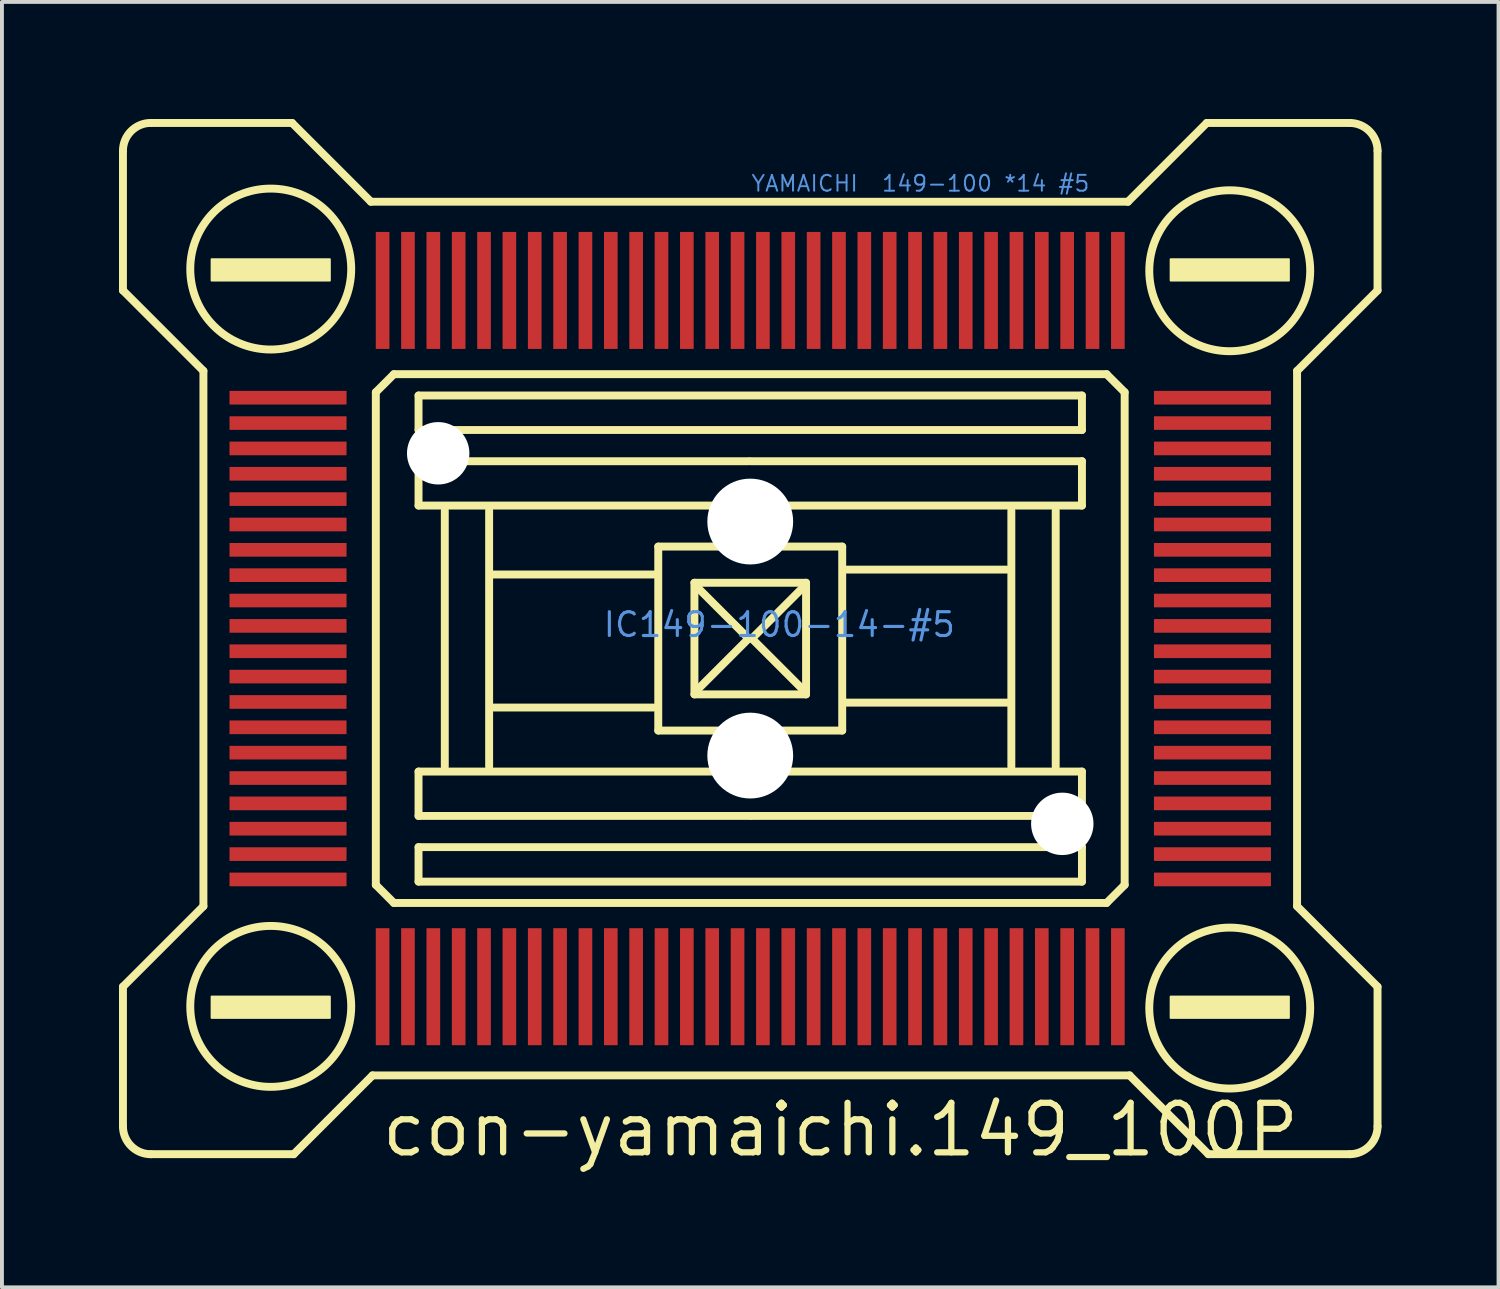
<source format=kicad_pcb>
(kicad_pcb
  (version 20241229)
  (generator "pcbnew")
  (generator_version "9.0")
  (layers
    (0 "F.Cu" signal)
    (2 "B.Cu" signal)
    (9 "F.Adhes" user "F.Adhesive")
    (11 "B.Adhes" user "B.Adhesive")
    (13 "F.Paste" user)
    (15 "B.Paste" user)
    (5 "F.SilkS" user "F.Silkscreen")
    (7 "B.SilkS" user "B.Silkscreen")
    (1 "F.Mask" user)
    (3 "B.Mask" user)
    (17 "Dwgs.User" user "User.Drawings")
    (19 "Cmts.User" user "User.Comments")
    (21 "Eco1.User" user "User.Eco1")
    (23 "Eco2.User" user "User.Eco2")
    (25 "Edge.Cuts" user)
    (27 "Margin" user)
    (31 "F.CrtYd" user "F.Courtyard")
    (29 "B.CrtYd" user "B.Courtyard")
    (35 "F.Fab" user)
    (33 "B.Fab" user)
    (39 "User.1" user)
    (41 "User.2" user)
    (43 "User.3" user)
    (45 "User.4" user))
  (footprint "con-yamaichi.149_100P"
    (layer "F.Cu")
    (at 16.184 13.321)
    (property "Reference" "con-yamaichi.149_100P" (at -9.525 13.335 0) (layer "F.SilkS") (effects (font (size 1.27 1.27) (thickness 0.16)) (justify left bottom)))
    (attr smd)
    (fp_line (start -16.082 -8.925) (end -16.082 -12.504) (stroke (width 0.203) (type default)) (layer "F.SilkS"))
    (fp_line (start -16.082 8.925) (end -14.019 6.862) (stroke (width 0.203) (type default)) (layer "F.SilkS"))
    (fp_line (start -16.082 12.504) (end -16.082 8.925) (stroke (width 0.203) (type default)) (layer "F.SilkS"))
    (fp_line (start -15.367 -13.219) (end -11.746 -13.219) (stroke (width 0.203) (type default)) (layer "F.SilkS"))
    (fp_line (start -14.019 -6.862) (end -16.082 -8.925) (stroke (width 0.203) (type default)) (layer "F.SilkS"))
    (fp_line (start -14.019 6.862) (end -14.019 -6.862) (stroke (width 0.203) (type default)) (layer "F.SilkS"))
    (fp_line (start -11.746 -13.219) (end -9.725 -11.199) (stroke (width 0.203) (type default)) (layer "F.SilkS"))
    (fp_line (start -11.704 13.219) (end -15.367 13.219) (stroke (width 0.203) (type default)) (layer "F.SilkS"))
    (fp_line (start -9.725 -11.199) (end 9.683 -11.199) (stroke (width 0.203) (type default)) (layer "F.SilkS"))
    (fp_line (start -9.683 11.199) (end -11.704 13.219) (stroke (width 0.203) (type default)) (layer "F.SilkS"))
    (fp_line (start -9.599 -6.315) (end -9.599 6.315) (stroke (width 0.203) (type default)) (layer "F.SilkS"))
    (fp_line (start -9.599 6.315) (end -9.136 6.778) (stroke (width 0.203) (type default)) (layer "F.SilkS"))
    (fp_line (start -9.136 -6.778) (end -9.599 -6.315) (stroke (width 0.203) (type default)) (layer "F.SilkS"))
    (fp_line (start -9.136 6.778) (end 9.136 6.778) (stroke (width 0.203) (type default)) (layer "F.SilkS"))
    (fp_line (start -8.504 -6.231) (end 8.504 -6.231) (stroke (width 0.203) (type default)) (layer "F.SilkS"))
    (fp_line (start -8.504 -5.347) (end -8.504 -6.231) (stroke (width 0.203) (type default)) (layer "F.SilkS"))
    (fp_line (start -8.504 -4.547) (end -0.042 -4.547) (stroke (width 0.203) (type default)) (layer "F.SilkS"))
    (fp_line (start -8.504 -3.41) (end -8.504 -4.547) (stroke (width 0.203) (type default)) (layer "F.SilkS"))
    (fp_line (start -8.504 3.41) (end 8.504 3.41) (stroke (width 0.203) (type default)) (layer "F.SilkS"))
    (fp_line (start -8.504 4.547) (end -8.504 3.41) (stroke (width 0.203) (type default)) (layer "F.SilkS"))
    (fp_line (start -8.504 5.347) (end 8.504 5.347) (stroke (width 0.203) (type default)) (layer "F.SilkS"))
    (fp_line (start -8.504 6.231) (end -8.504 5.347) (stroke (width 0.203) (type default)) (layer "F.SilkS"))
    (fp_line (start -7.831 -3.284) (end -7.831 3.284) (stroke (width 0.203) (type default)) (layer "F.SilkS"))
    (fp_line (start -6.694 3.284) (end -6.694 -3.284) (stroke (width 0.203) (type default)) (layer "F.SilkS"))
    (fp_line (start -6.61 -1.642) (end -2.442 -1.642) (stroke (width 0.203) (type default)) (layer "F.SilkS"))
    (fp_line (start -6.568 1.768) (end -2.484 1.768) (stroke (width 0.203) (type default)) (layer "F.SilkS"))
    (fp_line (start -2.358 2.358) (end -2.358 -2.358) (stroke (width 0.203) (type default)) (layer "F.SilkS"))
    (fp_line (start -2.358 -2.358) (end 2.358 -2.358) (stroke (width 0.203) (type default)) (layer "F.SilkS"))
    (fp_line (start -1.431 -1.431) (end 1.431 -1.431) (stroke (width 0.203) (type default)) (layer "F.SilkS"))
    (fp_line (start -1.431 1.431) (end -1.431 -1.431) (stroke (width 0.203) (type default)) (layer "F.SilkS"))
    (fp_line (start -0.042 0) (end -1.347 -1.305) (stroke (width 0.203) (type default)) (layer "F.SilkS"))
    (fp_line (start -0.042 0) (end -1.347 1.305) (stroke (width 0.203) (type default)) (layer "F.SilkS"))
    (fp_line (start 0 -4.547) (end 8.504 -4.547) (stroke (width 0.203) (type default)) (layer "F.SilkS"))
    (fp_line (start 0 4.547) (end -8.504 4.547) (stroke (width 0.203) (type default)) (layer "F.SilkS"))
    (fp_line (start 0.042 0) (end 1.347 -1.305) (stroke (width 0.203) (type default)) (layer "F.SilkS"))
    (fp_line (start 0.042 0) (end 1.347 1.305) (stroke (width 0.203) (type default)) (layer "F.SilkS"))
    (fp_line (start 1.431 -1.431) (end 1.431 1.431) (stroke (width 0.203) (type default)) (layer "F.SilkS"))
    (fp_line (start 1.431 1.431) (end -1.431 1.431) (stroke (width 0.203) (type default)) (layer "F.SilkS"))
    (fp_line (start 2.358 2.358) (end -2.358 2.358) (stroke (width 0.203) (type default)) (layer "F.SilkS"))
    (fp_line (start 2.358 -2.358) (end 2.358 2.358) (stroke (width 0.203) (type default)) (layer "F.SilkS"))
    (fp_line (start 6.568 -1.768) (end 2.484 -1.768) (stroke (width 0.203) (type default)) (layer "F.SilkS"))
    (fp_line (start 6.61 1.642) (end 2.442 1.642) (stroke (width 0.203) (type default)) (layer "F.SilkS"))
    (fp_line (start 6.694 -3.284) (end 6.694 3.284) (stroke (width 0.203) (type default)) (layer "F.SilkS"))
    (fp_line (start 7.831 3.284) (end 7.831 -3.284) (stroke (width 0.203) (type default)) (layer "F.SilkS"))
    (fp_line (start 8.504 -6.231) (end 8.504 -5.347) (stroke (width 0.203) (type default)) (layer "F.SilkS"))
    (fp_line (start 8.504 -5.347) (end -8.504 -5.347) (stroke (width 0.203) (type default)) (layer "F.SilkS"))
    (fp_line (start 8.504 -4.547) (end 8.504 -3.41) (stroke (width 0.203) (type default)) (layer "F.SilkS"))
    (fp_line (start 8.504 -3.41) (end -8.504 -3.41) (stroke (width 0.203) (type default)) (layer "F.SilkS"))
    (fp_line (start 8.504 3.41) (end 8.504 4.547) (stroke (width 0.203) (type default)) (layer "F.SilkS"))
    (fp_line (start 8.504 4.547) (end 0.042 4.547) (stroke (width 0.203) (type default)) (layer "F.SilkS"))
    (fp_line (start 8.504 5.347) (end 8.504 6.231) (stroke (width 0.203) (type default)) (layer "F.SilkS"))
    (fp_line (start 8.504 6.231) (end -8.504 6.231) (stroke (width 0.203) (type default)) (layer "F.SilkS"))
    (fp_line (start 9.136 -6.778) (end -9.136 -6.778) (stroke (width 0.203) (type default)) (layer "F.SilkS"))
    (fp_line (start 9.136 6.778) (end 9.599 6.315) (stroke (width 0.203) (type default)) (layer "F.SilkS"))
    (fp_line (start 9.599 -6.315) (end 9.136 -6.778) (stroke (width 0.203) (type default)) (layer "F.SilkS"))
    (fp_line (start 9.599 6.315) (end 9.599 -6.315) (stroke (width 0.203) (type default)) (layer "F.SilkS"))
    (fp_line (start 9.683 -11.199) (end 11.704 -13.219) (stroke (width 0.203) (type default)) (layer "F.SilkS"))
    (fp_line (start 9.725 11.199) (end -9.683 11.199) (stroke (width 0.203) (type default)) (layer "F.SilkS"))
    (fp_line (start 11.704 -13.219) (end 15.367 -13.219) (stroke (width 0.203) (type default)) (layer "F.SilkS"))
    (fp_line (start 11.746 13.219) (end 9.725 11.199) (stroke (width 0.203) (type default)) (layer "F.SilkS"))
    (fp_line (start 14.019 -6.862) (end 14.019 6.862) (stroke (width 0.203) (type default)) (layer "F.SilkS"))
    (fp_line (start 14.019 6.862) (end 16.082 8.925) (stroke (width 0.203) (type default)) (layer "F.SilkS"))
    (fp_line (start 15.367 13.219) (end 11.746 13.219) (stroke (width 0.203) (type default)) (layer "F.SilkS"))
    (fp_line (start 16.082 -12.504) (end 16.082 -8.925) (stroke (width 0.203) (type default)) (layer "F.SilkS"))
    (fp_line (start 16.082 -8.925) (end 14.019 -6.862) (stroke (width 0.203) (type default)) (layer "F.SilkS"))
    (fp_line (start 16.082 8.925) (end 16.082 12.504) (stroke (width 0.203) (type default)) (layer "F.SilkS"))
    (fp_rect (start -13.809 -9.178) (end -10.778 -9.725) (stroke (width 0.05) (type default)) (fill yes) (layer "F.SilkS"))
    (fp_rect (start -13.809 9.725) (end -10.778 9.178) (stroke (width 0.05) (type default)) (fill yes) (layer "F.SilkS"))
    (fp_rect (start 10.778 -9.178) (end 13.809 -9.725) (stroke (width 0.05) (type default)) (fill yes) (layer "F.SilkS"))
    (fp_rect (start 10.778 9.725) (end 13.809 9.178) (stroke (width 0.05) (type default)) (fill yes) (layer "F.SilkS"))
    (fp_arc (start -16.082 -12.504) (mid -15.872376 -13.010076) (end -15.3663 -13.2197) (stroke (width 0.2032) (type default)) (layer "F.SilkS"))
    (fp_arc (start -15.3663 13.2197) (mid -15.872347 13.010047) (end -16.082 12.504) (stroke (width 0.2032) (type default)) (layer "F.SilkS"))
    (fp_arc (start 15.367 -13.219) (mid 15.873047 -13.009347) (end 16.0827 -12.5033) (stroke (width 0.2032) (type default)) (layer "F.SilkS"))
    (fp_arc (start 16.0827 12.5033) (mid 15.873076 13.009376) (end 15.367 13.219) (stroke (width 0.2032) (type default)) (layer "F.SilkS"))
    (fp_circle (center -12.293 -9.473) (end -10.23 -9.473) (stroke (width 0.203) (type default)) (fill no) (layer "F.SilkS"))
    (fp_circle (center -12.293 9.43) (end -10.23 9.43) (stroke (width 0.203) (type default)) (fill no) (layer "F.SilkS"))
    (fp_circle (center 12.293 -9.43) (end 14.356 -9.43) (stroke (width 0.203) (type default)) (fill no) (layer "F.SilkS"))
    (fp_circle (center 12.293 9.473) (end 14.356 9.473) (stroke (width 0.203) (type default)) (fill no) (layer "F.SilkS"))
    (fp_text user "YAMAICHI  149-100 *14 #5" (at 0 -11.43 0) (layer "Cmts.User") (effects (font (size 0.406 0.406) (thickness 0.05)) (justify left bottom)))
    (fp_text user "IC149-100-14-#5" (at -3.81 0 0) (layer "Cmts.User") (effects (font (size 0.61 0.61) (thickness 0.08)) (justify left bottom)))
    (pad "" np_thru_hole circle (at -8 -4.75) (size 1.6 1.6) (drill 1.6) (layers "*.Cu" "*.Mask"))
    (pad "" np_thru_hole circle (at 0 -3) (size 2.2 2.2) (drill 2.2) (layers "*.Cu" "*.Mask"))
    (pad "" np_thru_hole circle (at 0 3) (size 2.2 2.2) (drill 2.2) (layers "*.Cu" "*.Mask"))
    (pad "" np_thru_hole circle (at 8 4.75) (size 1.6 1.6) (drill 1.6) (layers "*.Cu" "*.Mask"))
    (pad "1" smd roundrect (at -9.425 8.925) (size 0.35 3) (layers "F.Cu" "F.Mask" "F.Paste") (roundrect_rratio 0.01))
    (pad "2" smd roundrect (at -8.775 8.925) (size 0.35 3) (layers "F.Cu" "F.Mask" "F.Paste") (roundrect_rratio 0.01))
    (pad "3" smd roundrect (at -8.125 8.925) (size 0.35 3) (layers "F.Cu" "F.Mask" "F.Paste") (roundrect_rratio 0.01))
    (pad "4" smd roundrect (at -7.475 8.925) (size 0.35 3) (layers "F.Cu" "F.Mask" "F.Paste") (roundrect_rratio 0.01))
    (pad "5" smd roundrect (at -6.825 8.925) (size 0.35 3) (layers "F.Cu" "F.Mask" "F.Paste") (roundrect_rratio 0.01))
    (pad "6" smd roundrect (at -6.175 8.925) (size 0.35 3) (layers "F.Cu" "F.Mask" "F.Paste") (roundrect_rratio 0.01))
    (pad "7" smd roundrect (at -5.525 8.925) (size 0.35 3) (layers "F.Cu" "F.Mask" "F.Paste") (roundrect_rratio 0.01))
    (pad "8" smd roundrect (at -4.875 8.925) (size 0.35 3) (layers "F.Cu" "F.Mask" "F.Paste") (roundrect_rratio 0.01))
    (pad "9" smd roundrect (at -4.225 8.925) (size 0.35 3) (layers "F.Cu" "F.Mask" "F.Paste") (roundrect_rratio 0.01))
    (pad "10" smd roundrect (at -3.575 8.925) (size 0.35 3) (layers "F.Cu" "F.Mask" "F.Paste") (roundrect_rratio 0.01))
    (pad "11" smd roundrect (at -2.925 8.925) (size 0.35 3) (layers "F.Cu" "F.Mask" "F.Paste") (roundrect_rratio 0.01))
    (pad "12" smd roundrect (at -2.275 8.925) (size 0.35 3) (layers "F.Cu" "F.Mask" "F.Paste") (roundrect_rratio 0.01))
    (pad "13" smd roundrect (at -1.625 8.925) (size 0.35 3) (layers "F.Cu" "F.Mask" "F.Paste") (roundrect_rratio 0.01))
    (pad "14" smd roundrect (at -0.975 8.925) (size 0.35 3) (layers "F.Cu" "F.Mask" "F.Paste") (roundrect_rratio 0.01))
    (pad "15" smd roundrect (at -0.325 8.925) (size 0.35 3) (layers "F.Cu" "F.Mask" "F.Paste") (roundrect_rratio 0.01))
    (pad "16" smd roundrect (at 0.325 8.925) (size 0.35 3) (layers "F.Cu" "F.Mask" "F.Paste") (roundrect_rratio 0.01))
    (pad "17" smd roundrect (at 0.975 8.925) (size 0.35 3) (layers "F.Cu" "F.Mask" "F.Paste") (roundrect_rratio 0.01))
    (pad "18" smd roundrect (at 1.625 8.925) (size 0.35 3) (layers "F.Cu" "F.Mask" "F.Paste") (roundrect_rratio 0.01))
    (pad "19" smd roundrect (at 2.275 8.925) (size 0.35 3) (layers "F.Cu" "F.Mask" "F.Paste") (roundrect_rratio 0.01))
    (pad "20" smd roundrect (at 2.925 8.925) (size 0.35 3) (layers "F.Cu" "F.Mask" "F.Paste") (roundrect_rratio 0.01))
    (pad "21" smd roundrect (at 3.575 8.925) (size 0.35 3) (layers "F.Cu" "F.Mask" "F.Paste") (roundrect_rratio 0.01))
    (pad "22" smd roundrect (at 4.225 8.925) (size 0.35 3) (layers "F.Cu" "F.Mask" "F.Paste") (roundrect_rratio 0.01))
    (pad "23" smd roundrect (at 4.875 8.925) (size 0.35 3) (layers "F.Cu" "F.Mask" "F.Paste") (roundrect_rratio 0.01))
    (pad "24" smd roundrect (at 5.525 8.925) (size 0.35 3) (layers "F.Cu" "F.Mask" "F.Paste") (roundrect_rratio 0.01))
    (pad "25" smd roundrect (at 6.175 8.925) (size 0.35 3) (layers "F.Cu" "F.Mask" "F.Paste") (roundrect_rratio 0.01))
    (pad "26" smd roundrect (at 6.825 8.925) (size 0.35 3) (layers "F.Cu" "F.Mask" "F.Paste") (roundrect_rratio 0.01))
    (pad "27" smd roundrect (at 7.475 8.925) (size 0.35 3) (layers "F.Cu" "F.Mask" "F.Paste") (roundrect_rratio 0.01))
    (pad "28" smd roundrect (at 8.125 8.925) (size 0.35 3) (layers "F.Cu" "F.Mask" "F.Paste") (roundrect_rratio 0.01))
    (pad "29" smd roundrect (at 8.775 8.925) (size 0.35 3) (layers "F.Cu" "F.Mask" "F.Paste") (roundrect_rratio 0.01))
    (pad "30" smd roundrect (at 9.425 8.925) (size 0.35 3) (layers "F.Cu" "F.Mask" "F.Paste") (roundrect_rratio 0.01))
    (pad "31" smd roundrect (at 11.85 6.175) (size 3 0.35) (layers "F.Cu" "F.Mask" "F.Paste") (roundrect_rratio 0.01))
    (pad "32" smd roundrect (at 11.85 5.525) (size 3 0.35) (layers "F.Cu" "F.Mask" "F.Paste") (roundrect_rratio 0.01))
    (pad "33" smd roundrect (at 11.85 4.875) (size 3 0.35) (layers "F.Cu" "F.Mask" "F.Paste") (roundrect_rratio 0.01))
    (pad "34" smd roundrect (at 11.85 4.225) (size 3 0.35) (layers "F.Cu" "F.Mask" "F.Paste") (roundrect_rratio 0.01))
    (pad "35" smd roundrect (at 11.85 3.575) (size 3 0.35) (layers "F.Cu" "F.Mask" "F.Paste") (roundrect_rratio 0.01))
    (pad "36" smd roundrect (at 11.85 2.925) (size 3 0.35) (layers "F.Cu" "F.Mask" "F.Paste") (roundrect_rratio 0.01))
    (pad "37" smd roundrect (at 11.85 2.275) (size 3 0.35) (layers "F.Cu" "F.Mask" "F.Paste") (roundrect_rratio 0.01))
    (pad "38" smd roundrect (at 11.85 1.625) (size 3 0.35) (layers "F.Cu" "F.Mask" "F.Paste") (roundrect_rratio 0.01))
    (pad "39" smd roundrect (at 11.85 0.975) (size 3 0.35) (layers "F.Cu" "F.Mask" "F.Paste") (roundrect_rratio 0.01))
    (pad "40" smd roundrect (at 11.85 0.325) (size 3 0.35) (layers "F.Cu" "F.Mask" "F.Paste") (roundrect_rratio 0.01))
    (pad "41" smd roundrect (at 11.85 -0.325) (size 3 0.35) (layers "F.Cu" "F.Mask" "F.Paste") (roundrect_rratio 0.01))
    (pad "42" smd roundrect (at 11.85 -0.975) (size 3 0.35) (layers "F.Cu" "F.Mask" "F.Paste") (roundrect_rratio 0.01))
    (pad "43" smd roundrect (at 11.85 -1.625) (size 3 0.35) (layers "F.Cu" "F.Mask" "F.Paste") (roundrect_rratio 0.01))
    (pad "44" smd roundrect (at 11.85 -2.275) (size 3 0.35) (layers "F.Cu" "F.Mask" "F.Paste") (roundrect_rratio 0.01))
    (pad "45" smd roundrect (at 11.85 -2.925) (size 3 0.35) (layers "F.Cu" "F.Mask" "F.Paste") (roundrect_rratio 0.01))
    (pad "46" smd roundrect (at 11.85 -3.575) (size 3 0.35) (layers "F.Cu" "F.Mask" "F.Paste") (roundrect_rratio 0.01))
    (pad "47" smd roundrect (at 11.85 -4.225) (size 3 0.35) (layers "F.Cu" "F.Mask" "F.Paste") (roundrect_rratio 0.01))
    (pad "48" smd roundrect (at 11.85 -4.875) (size 3 0.35) (layers "F.Cu" "F.Mask" "F.Paste") (roundrect_rratio 0.01))
    (pad "49" smd roundrect (at 11.85 -5.525) (size 3 0.35) (layers "F.Cu" "F.Mask" "F.Paste") (roundrect_rratio 0.01))
    (pad "50" smd roundrect (at 11.85 -6.175) (size 3 0.35) (layers "F.Cu" "F.Mask" "F.Paste") (roundrect_rratio 0.01))
    (pad "51" smd roundrect (at 9.425 -8.925) (size 0.35 3) (layers "F.Cu" "F.Mask" "F.Paste") (roundrect_rratio 0.01))
    (pad "52" smd roundrect (at 8.775 -8.925) (size 0.35 3) (layers "F.Cu" "F.Mask" "F.Paste") (roundrect_rratio 0.01))
    (pad "53" smd roundrect (at 8.125 -8.925) (size 0.35 3) (layers "F.Cu" "F.Mask" "F.Paste") (roundrect_rratio 0.01))
    (pad "54" smd roundrect (at 7.475 -8.925) (size 0.35 3) (layers "F.Cu" "F.Mask" "F.Paste") (roundrect_rratio 0.01))
    (pad "55" smd roundrect (at 6.825 -8.925) (size 0.35 3) (layers "F.Cu" "F.Mask" "F.Paste") (roundrect_rratio 0.01))
    (pad "56" smd roundrect (at 6.175 -8.925) (size 0.35 3) (layers "F.Cu" "F.Mask" "F.Paste") (roundrect_rratio 0.01))
    (pad "57" smd roundrect (at 5.525 -8.925) (size 0.35 3) (layers "F.Cu" "F.Mask" "F.Paste") (roundrect_rratio 0.01))
    (pad "58" smd roundrect (at 4.875 -8.925) (size 0.35 3) (layers "F.Cu" "F.Mask" "F.Paste") (roundrect_rratio 0.01))
    (pad "59" smd roundrect (at 4.225 -8.925) (size 0.35 3) (layers "F.Cu" "F.Mask" "F.Paste") (roundrect_rratio 0.01))
    (pad "60" smd roundrect (at 3.575 -8.925) (size 0.35 3) (layers "F.Cu" "F.Mask" "F.Paste") (roundrect_rratio 0.01))
    (pad "61" smd roundrect (at 2.925 -8.925) (size 0.35 3) (layers "F.Cu" "F.Mask" "F.Paste") (roundrect_rratio 0.01))
    (pad "62" smd roundrect (at 2.275 -8.925) (size 0.35 3) (layers "F.Cu" "F.Mask" "F.Paste") (roundrect_rratio 0.01))
    (pad "63" smd roundrect (at 1.625 -8.925) (size 0.35 3) (layers "F.Cu" "F.Mask" "F.Paste") (roundrect_rratio 0.01))
    (pad "64" smd roundrect (at 0.975 -8.925) (size 0.35 3) (layers "F.Cu" "F.Mask" "F.Paste") (roundrect_rratio 0.01))
    (pad "65" smd roundrect (at 0.325 -8.925) (size 0.35 3) (layers "F.Cu" "F.Mask" "F.Paste") (roundrect_rratio 0.01))
    (pad "66" smd roundrect (at -0.325 -8.925) (size 0.35 3) (layers "F.Cu" "F.Mask" "F.Paste") (roundrect_rratio 0.01))
    (pad "67" smd roundrect (at -0.975 -8.925) (size 0.35 3) (layers "F.Cu" "F.Mask" "F.Paste") (roundrect_rratio 0.01))
    (pad "68" smd roundrect (at -1.625 -8.925) (size 0.35 3) (layers "F.Cu" "F.Mask" "F.Paste") (roundrect_rratio 0.01))
    (pad "69" smd roundrect (at -2.275 -8.925) (size 0.35 3) (layers "F.Cu" "F.Mask" "F.Paste") (roundrect_rratio 0.01))
    (pad "70" smd roundrect (at -2.925 -8.925) (size 0.35 3) (layers "F.Cu" "F.Mask" "F.Paste") (roundrect_rratio 0.01))
    (pad "71" smd roundrect (at -3.575 -8.925) (size 0.35 3) (layers "F.Cu" "F.Mask" "F.Paste") (roundrect_rratio 0.01))
    (pad "72" smd roundrect (at -4.225 -8.925) (size 0.35 3) (layers "F.Cu" "F.Mask" "F.Paste") (roundrect_rratio 0.01))
    (pad "73" smd roundrect (at -4.875 -8.925) (size 0.35 3) (layers "F.Cu" "F.Mask" "F.Paste") (roundrect_rratio 0.01))
    (pad "74" smd roundrect (at -5.525 -8.925) (size 0.35 3) (layers "F.Cu" "F.Mask" "F.Paste") (roundrect_rratio 0.01))
    (pad "75" smd roundrect (at -6.175 -8.925) (size 0.35 3) (layers "F.Cu" "F.Mask" "F.Paste") (roundrect_rratio 0.01))
    (pad "76" smd roundrect (at -6.825 -8.925) (size 0.35 3) (layers "F.Cu" "F.Mask" "F.Paste") (roundrect_rratio 0.01))
    (pad "77" smd roundrect (at -7.475 -8.925) (size 0.35 3) (layers "F.Cu" "F.Mask" "F.Paste") (roundrect_rratio 0.01))
    (pad "78" smd roundrect (at -8.125 -8.925) (size 0.35 3) (layers "F.Cu" "F.Mask" "F.Paste") (roundrect_rratio 0.01))
    (pad "79" smd roundrect (at -8.775 -8.925) (size 0.35 3) (layers "F.Cu" "F.Mask" "F.Paste") (roundrect_rratio 0.01))
    (pad "80" smd roundrect (at -9.425 -8.925) (size 0.35 3) (layers "F.Cu" "F.Mask" "F.Paste") (roundrect_rratio 0.01))
    (pad "81" smd roundrect (at -11.85 -6.175) (size 3 0.35) (layers "F.Cu" "F.Mask" "F.Paste") (roundrect_rratio 0.01))
    (pad "82" smd roundrect (at -11.85 -5.525) (size 3 0.35) (layers "F.Cu" "F.Mask" "F.Paste") (roundrect_rratio 0.01))
    (pad "83" smd roundrect (at -11.85 -4.875) (size 3 0.35) (layers "F.Cu" "F.Mask" "F.Paste") (roundrect_rratio 0.01))
    (pad "84" smd roundrect (at -11.85 -4.225) (size 3 0.35) (layers "F.Cu" "F.Mask" "F.Paste") (roundrect_rratio 0.01))
    (pad "85" smd roundrect (at -11.85 -3.575) (size 3 0.35) (layers "F.Cu" "F.Mask" "F.Paste") (roundrect_rratio 0.01))
    (pad "86" smd roundrect (at -11.85 -2.925) (size 3 0.35) (layers "F.Cu" "F.Mask" "F.Paste") (roundrect_rratio 0.01))
    (pad "87" smd roundrect (at -11.85 -2.275) (size 3 0.35) (layers "F.Cu" "F.Mask" "F.Paste") (roundrect_rratio 0.01))
    (pad "88" smd roundrect (at -11.85 -1.625) (size 3 0.35) (layers "F.Cu" "F.Mask" "F.Paste") (roundrect_rratio 0.01))
    (pad "89" smd roundrect (at -11.85 -0.975) (size 3 0.35) (layers "F.Cu" "F.Mask" "F.Paste") (roundrect_rratio 0.01))
    (pad "90" smd roundrect (at -11.85 -0.325) (size 3 0.35) (layers "F.Cu" "F.Mask" "F.Paste") (roundrect_rratio 0.01))
    (pad "91" smd roundrect (at -11.85 0.325) (size 3 0.35) (layers "F.Cu" "F.Mask" "F.Paste") (roundrect_rratio 0.01))
    (pad "92" smd roundrect (at -11.85 0.975) (size 3 0.35) (layers "F.Cu" "F.Mask" "F.Paste") (roundrect_rratio 0.01))
    (pad "93" smd roundrect (at -11.85 1.625) (size 3 0.35) (layers "F.Cu" "F.Mask" "F.Paste") (roundrect_rratio 0.01))
    (pad "94" smd roundrect (at -11.85 2.275) (size 3 0.35) (layers "F.Cu" "F.Mask" "F.Paste") (roundrect_rratio 0.01))
    (pad "95" smd roundrect (at -11.85 2.925) (size 3 0.35) (layers "F.Cu" "F.Mask" "F.Paste") (roundrect_rratio 0.01))
    (pad "96" smd roundrect (at -11.85 3.575) (size 3 0.35) (layers "F.Cu" "F.Mask" "F.Paste") (roundrect_rratio 0.01))
    (pad "97" smd roundrect (at -11.85 4.225) (size 3 0.35) (layers "F.Cu" "F.Mask" "F.Paste") (roundrect_rratio 0.01))
    (pad "98" smd roundrect (at -11.85 4.875) (size 3 0.35) (layers "F.Cu" "F.Mask" "F.Paste") (roundrect_rratio 0.01))
    (pad "99" smd roundrect (at -11.85 5.525) (size 3 0.35) (layers "F.Cu" "F.Mask" "F.Paste") (roundrect_rratio 0.01))
    (pad "100" smd roundrect (at -11.85 6.175) (size 3 0.35) (layers "F.Cu" "F.Mask" "F.Paste") (roundrect_rratio 0.01)))
  (gr_rect
    (start -3 -3)
    (end 35.368 29.954)
    (stroke (width 0.1) (type default))
    (fill no)
    (layer "Edge.Cuts")))
</source>
